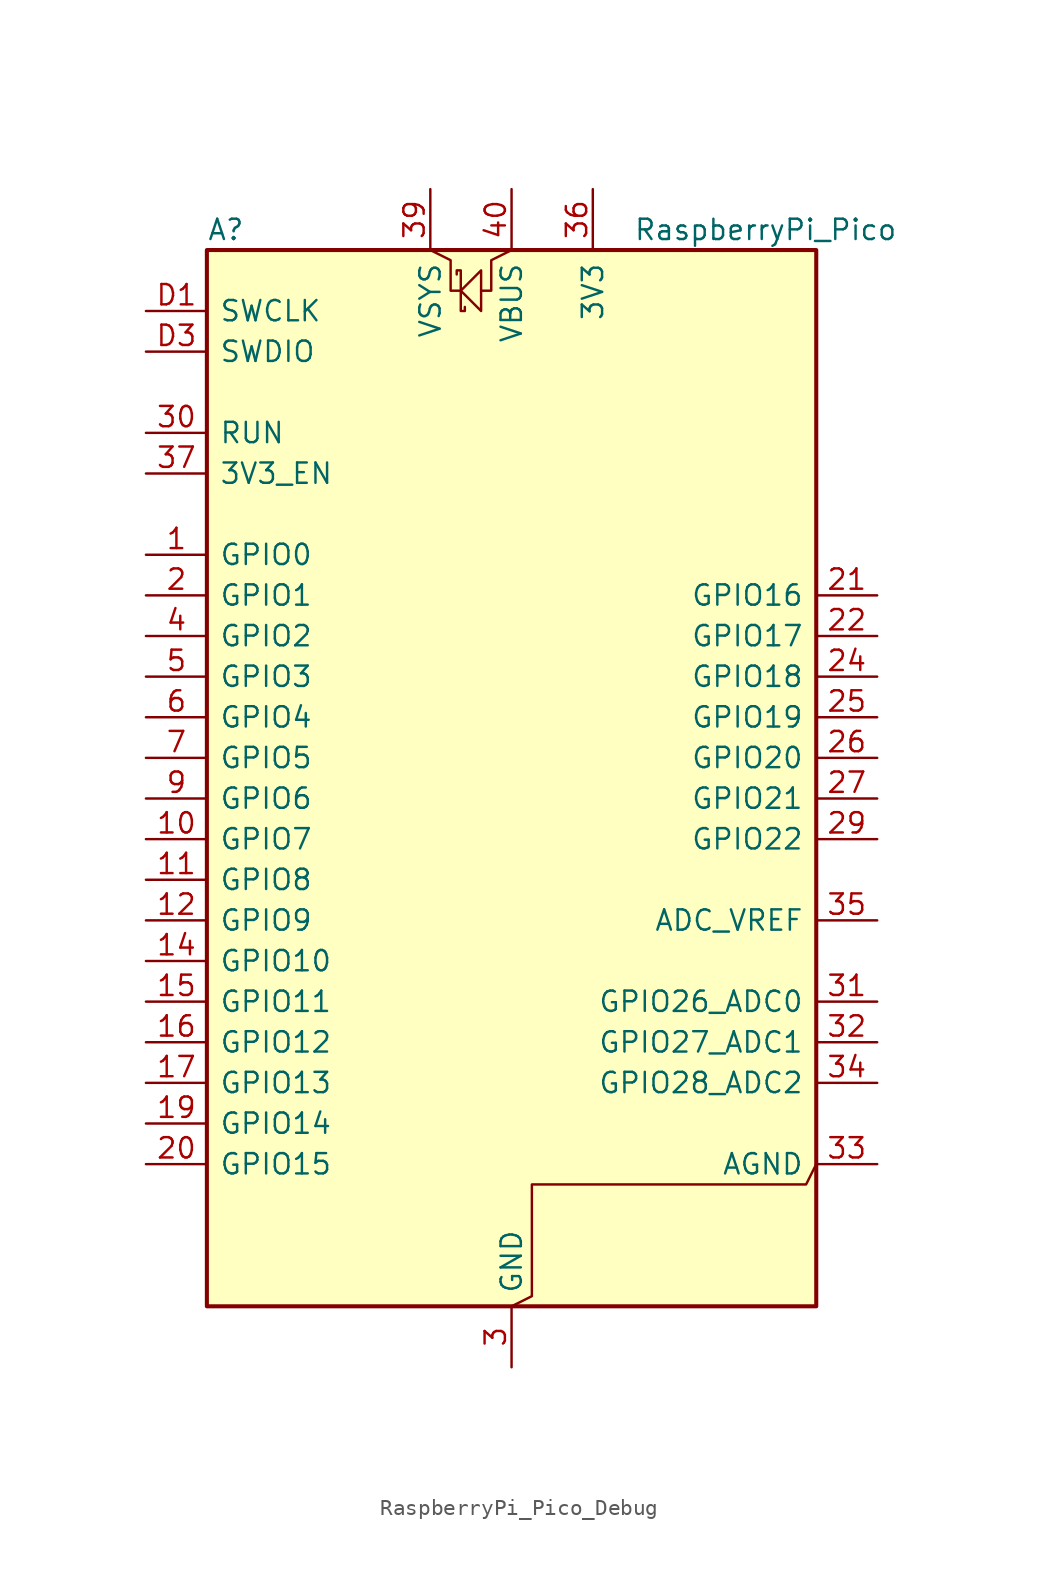
<source format=kicad_sym>
(kicad_symbol_lib
  (version 20241209)
  (generator "kicad_symbol_editor")
  (generator_version "9.0")
  (symbol "RaspberryPi_Pico_Debug"
    (pin_names
      (offset 0.762))
    (property "Reference" "A"
      (at -19.05 35.56 0)
      (effects (font (size 1.27 1.27)) (justify left)))
    (property "Value" "RaspberryPi_Pico"
      (at 7.62 35.56 0)
      (effects (font (size 1.27 1.27)) (justify left)))
    (symbol "RaspberryPi_Pico_Debug_0_1"
      (rectangle (start -19.05 34.29) (end 19.05 -31.75) (stroke (width 0.254) (type default)) (fill (type background)))
      (polyline (pts (xy -5.08 34.29) (xy -3.81 33.655) (xy -3.81 31.75) (xy -3.175 31.75)) (stroke (width 0) (type default)) (fill (type none)))
      (polyline (pts (xy -3.429 32.766) (xy -3.429 33.02) (xy -3.175 33.02) (xy -3.175 30.48) (xy -2.921 30.48) (xy -2.921 30.734)) (stroke (width 0) (type default)) (fill (type none)))
      (polyline (pts (xy -3.175 31.75) (xy -1.905 33.02) (xy -1.905 30.48) (xy -3.175 31.75)) (stroke (width 0) (type default)) (fill (type none)))
      (polyline (pts (xy 0 34.29) (xy -1.27 33.655) (xy -1.27 31.75) (xy -1.905 31.75)) (stroke (width 0) (type default)) (fill (type none)))
      (polyline (pts (xy 0 -31.75) (xy 1.27 -31.115) (xy 1.27 -24.13) (xy 18.415 -24.13) (xy 19.05 -22.86)) (stroke (width 0) (type default)) (fill (type none))))
    (symbol "RaspberryPi_Pico_Debug_1_1"
      (pin input line (at -22.86 30.48 0) (length 3.81) (name "SWCLK" (effects (font (size 1.27 1.27)))) (number "D1" (effects (font (size 1.27 1.27)))))
      (pin bidirectional line (at -22.86 27.94 0) (length 3.81) (name "SWDIO" (effects (font (size 1.27 1.27)))) (number "D3" (effects (font (size 1.27 1.27)))))
      (pin passive line (at -22.86 22.86 0) (length 3.81) (name "RUN" (effects (font (size 1.27 1.27)))) (number "30" (effects (font (size 1.27 1.27)))) (alternate "~{RESET}" passive line))
      (pin passive line (at -22.86 20.32 0) (length 3.81) (name "3V3_EN" (effects (font (size 1.27 1.27)))) (number "37" (effects (font (size 1.27 1.27)))) (alternate "~{3V3_DISABLE}" passive line))
      (pin bidirectional line (at -22.86 15.24 0) (length 3.81) (name "GPIO0" (effects (font (size 1.27 1.27)))) (number "1" (effects (font (size 1.27 1.27)))) (alternate "I2C0_SDA" bidirectional line) (alternate "PWM0_A" output line) (alternate "SPI0_RX" input line) (alternate "UART0_TX" output line) (alternate "USB_OVCUR_DET" input line))
      (pin bidirectional line (at -22.86 12.7 0) (length 3.81) (name "GPIO1" (effects (font (size 1.27 1.27)))) (number "2" (effects (font (size 1.27 1.27)))) (alternate "I2C0_SCL" bidirectional clock) (alternate "PWM0_B" bidirectional line) (alternate "UART0_RX" input line) (alternate "USB_VBUS_DET" passive line) (alternate "~{SPI0_CSn}" bidirectional line))
      (pin bidirectional line (at -22.86 10.16 0) (length 3.81) (name "GPIO2" (effects (font (size 1.27 1.27)))) (number "4" (effects (font (size 1.27 1.27)))) (alternate "I2C1_SDA" bidirectional line) (alternate "PWM1_A" output line) (alternate "SPI0_SCK" bidirectional clock) (alternate "UART0_CTS" input line) (alternate "USB_VBUS_EN" output line))
      (pin bidirectional line (at -22.86 7.62 0) (length 3.81) (name "GPIO3" (effects (font (size 1.27 1.27)))) (number "5" (effects (font (size 1.27 1.27)))) (alternate "I2C1_SCL" bidirectional clock) (alternate "PWM1_B" bidirectional line) (alternate "SPI0_TX" output line) (alternate "UART0_RTS" output line) (alternate "USB_OVCUR_DET" input line))
      (pin bidirectional line (at -22.86 5.08 0) (length 3.81) (name "GPIO4" (effects (font (size 1.27 1.27)))) (number "6" (effects (font (size 1.27 1.27)))) (alternate "I2C0_SDA" bidirectional line) (alternate "PWM2_A" output line) (alternate "SPI0_RX" input line) (alternate "UART1_TX" output line) (alternate "USB_VBUS_DET" input line))
      (pin bidirectional line (at -22.86 2.54 0) (length 3.81) (name "GPIO5" (effects (font (size 1.27 1.27)))) (number "7" (effects (font (size 1.27 1.27)))) (alternate "I2C0_SCL" bidirectional clock) (alternate "PWM2_B" bidirectional line) (alternate "UART1_RX" input line) (alternate "USB_VBUS_EN" output line) (alternate "~{SPI0_CSn}" bidirectional line))
      (pin bidirectional line (at -22.86 0 0) (length 3.81) (name "GPIO6" (effects (font (size 1.27 1.27)))) (number "9" (effects (font (size 1.27 1.27)))) (alternate "I2C1_SDA" bidirectional line) (alternate "PWM3_A" output line) (alternate "SPI0_SCK" bidirectional clock) (alternate "UART1_CTS" input line) (alternate "USB_OVCUR_DET" input line))
      (pin bidirectional line (at -22.86 -2.54 0) (length 3.81) (name "GPIO7" (effects (font (size 1.27 1.27)))) (number "10" (effects (font (size 1.27 1.27)))) (alternate "I2C1_SCL" bidirectional clock) (alternate "PWM3_B" bidirectional line) (alternate "SPI0_TX" output line) (alternate "UART1_RTS" output line) (alternate "USB_VBUS_DET" input line))
      (pin bidirectional line (at -22.86 -5.08 0) (length 3.81) (name "GPIO8" (effects (font (size 1.27 1.27)))) (number "11" (effects (font (size 1.27 1.27)))) (alternate "I2C0_SDA" bidirectional line) (alternate "PWM4_A" output line) (alternate "SPI1_RX" input line) (alternate "UART1_TX" output line) (alternate "USB_VBUS_EN" output line))
      (pin bidirectional line (at -22.86 -7.62 0) (length 3.81) (name "GPIO9" (effects (font (size 1.27 1.27)))) (number "12" (effects (font (size 1.27 1.27)))) (alternate "I2C0_SCL" bidirectional clock) (alternate "PWM4_B" bidirectional line) (alternate "UART1_RX" input line) (alternate "USB_OVCUR_DET" input line) (alternate "~{SPI1_CSn}" bidirectional line))
      (pin bidirectional line (at -22.86 -10.16 0) (length 3.81) (name "GPIO10" (effects (font (size 1.27 1.27)))) (number "14" (effects (font (size 1.27 1.27)))) (alternate "I2C1_SDA" bidirectional line) (alternate "PWM5_A" output line) (alternate "SPI1_SCK" bidirectional clock) (alternate "UART1_CTS" input line) (alternate "USB_VBUS_DET" input line))
      (pin bidirectional line (at -22.86 -12.7 0) (length 3.81) (name "GPIO11" (effects (font (size 1.27 1.27)))) (number "15" (effects (font (size 1.27 1.27)))) (alternate "I2C1_SCL" bidirectional clock) (alternate "PWM5_B" bidirectional line) (alternate "SPI1_TX" output line) (alternate "UART1_RTS" output line) (alternate "USB_VBUS_EN" output line))
      (pin bidirectional line (at -22.86 -15.24 0) (length 3.81) (name "GPIO12" (effects (font (size 1.27 1.27)))) (number "16" (effects (font (size 1.27 1.27)))) (alternate "I2C0_SDA" bidirectional line) (alternate "PWM6_A" output line) (alternate "SPI1_RX" input line) (alternate "UART0_TX" output line) (alternate "USB_OVCUR_DET" input line))
      (pin bidirectional line (at -22.86 -17.78 0) (length 3.81) (name "GPIO13" (effects (font (size 1.27 1.27)))) (number "17" (effects (font (size 1.27 1.27)))) (alternate "I2C0_SCL" bidirectional clock) (alternate "PWM6_B" bidirectional line) (alternate "UART0_RX" input line) (alternate "USB_VBUS_DET" input line) (alternate "~{SPI1_CSn}" bidirectional line))
      (pin bidirectional line (at -22.86 -20.32 0) (length 3.81) (name "GPIO14" (effects (font (size 1.27 1.27)))) (number "19" (effects (font (size 1.27 1.27)))) (alternate "I2C1_SDA" bidirectional line) (alternate "PWM7_A" output line) (alternate "SPI1_SCK" bidirectional clock) (alternate "UART0_CTS" input line) (alternate "USB_VBUS_EN" output line))
      (pin bidirectional line (at -22.86 -22.86 0) (length 3.81) (name "GPIO15" (effects (font (size 1.27 1.27)))) (number "20" (effects (font (size 1.27 1.27)))) (alternate "I2C1_SCL" bidirectional clock) (alternate "PWM7_B" bidirectional line) (alternate "SPI1_TX" output line) (alternate "UART0_RTS" output line) (alternate "USB_OVCUR_DET" input line))
      (pin power_in line (at -5.08 38.1 270) (length 3.81) (name "VSYS" (effects (font (size 1.27 1.27)))) (number "39" (effects (font (size 1.27 1.27)))) (alternate "VSYS_OUT" power_out line))
      (pin power_out line (at 0 38.1 270) (length 3.81) (name "VBUS" (effects (font (size 1.27 1.27)))) (number "40" (effects (font (size 1.27 1.27)))) (alternate "VBUS_IN" power_in line))
      (pin passive line (at 0 -35.56 90) (length 3.81) (hide yes) (name "GND" (effects (font (size 1.27 1.27)))) (number "13" (effects (font (size 1.27 1.27)))))
      (pin passive line (at 0 -35.56 90) (length 3.81) (hide yes) (name "GND" (effects (font (size 1.27 1.27)))) (number "18" (effects (font (size 1.27 1.27)))))
      (pin passive line (at 0 -35.56 90) (length 3.81) (hide yes) (name "GND" (effects (font (size 1.27 1.27)))) (number "23" (effects (font (size 1.27 1.27)))))
      (pin passive line (at 0 -35.56 90) (length 3.81) (hide yes) (name "GND" (effects (font (size 1.27 1.27)))) (number "28" (effects (font (size 1.27 1.27)))))
      (pin power_out line (at 0 -35.56 90) (length 3.81) (name "GND" (effects (font (size 1.27 1.27)))) (number "3" (effects (font (size 1.27 1.27)))) (alternate "GND_IN" power_in line))
      (pin passive line (at 0 -35.56 90) (length 3.81) (hide yes) (name "GND" (effects (font (size 1.27 1.27)))) (number "38" (effects (font (size 1.27 1.27)))))
      (pin passive line (at 0 -35.56 90) (length 3.81) (hide yes) (name "GND" (effects (font (size 1.27 1.27)))) (number "8" (effects (font (size 1.27 1.27)))))
      (pin passive line (at 0 -35.56 90) (length 3.81) (hide yes) (name "GND" (effects (font (size 1.27 1.27)))) (number "D2" (effects (font (size 1.27 1.27)))))
      (pin power_out line (at 5.08 38.1 270) (length 3.81) (name "3V3" (effects (font (size 1.27 1.27)))) (number "36" (effects (font (size 1.27 1.27)))))
      (pin bidirectional line (at 22.86 12.7 180) (length 3.81) (name "GPIO16" (effects (font (size 1.27 1.27)))) (number "21" (effects (font (size 1.27 1.27)))) (alternate "I2C0_SDA" bidirectional line) (alternate "PWM0_A" output line) (alternate "SPI0_RX" input line) (alternate "UART0_TX" output line) (alternate "USB_VBUS_DET" input line))
      (pin bidirectional line (at 22.86 10.16 180) (length 3.81) (name "GPIO17" (effects (font (size 1.27 1.27)))) (number "22" (effects (font (size 1.27 1.27)))) (alternate "I2C0_SCL" bidirectional clock) (alternate "PWM0_B" bidirectional line) (alternate "UART0_RX" input line) (alternate "USB_VBUS_EN" output line) (alternate "~{SPI0_CSn}" bidirectional line))
      (pin bidirectional line (at 22.86 7.62 180) (length 3.81) (name "GPIO18" (effects (font (size 1.27 1.27)))) (number "24" (effects (font (size 1.27 1.27)))) (alternate "I2C1_SDA" bidirectional line) (alternate "PWM1_A" output line) (alternate "SPI0_SCK" bidirectional clock) (alternate "UART0_CTS" input line) (alternate "USB_OVCUR_DET" input line))
      (pin bidirectional line (at 22.86 5.08 180) (length 3.81) (name "GPIO19" (effects (font (size 1.27 1.27)))) (number "25" (effects (font (size 1.27 1.27)))) (alternate "I2C1_SCL" bidirectional clock) (alternate "PWM1_B" bidirectional line) (alternate "SPI0_TX" output line) (alternate "UART0_RTS" output line) (alternate "USB_VBUS_DET" input line))
      (pin bidirectional line (at 22.86 2.54 180) (length 3.81) (name "GPIO20" (effects (font (size 1.27 1.27)))) (number "26" (effects (font (size 1.27 1.27)))) (alternate "CLOCK_GPIN0" input clock) (alternate "I2C0_SDA" bidirectional line) (alternate "PWM2_A" output line) (alternate "SPI0_RX" input line) (alternate "UART1_TX" output line) (alternate "USB_VBUS_EN" output line))
      (pin bidirectional line (at 22.86 0 180) (length 3.81) (name "GPIO21" (effects (font (size 1.27 1.27)))) (number "27" (effects (font (size 1.27 1.27)))) (alternate "CLOCK_GPOUT0" output clock) (alternate "I2C0_SCL" bidirectional clock) (alternate "PWM2_B" bidirectional line) (alternate "UART1_RX" input line) (alternate "USB_OVCUR_DET" input line) (alternate "~{SPI0_CSn}" bidirectional line))
      (pin bidirectional line (at 22.86 -2.54 180) (length 3.81) (name "GPIO22" (effects (font (size 1.27 1.27)))) (number "29" (effects (font (size 1.27 1.27)))) (alternate "CLOCK_GPIN1" input clock) (alternate "I2C1_SDA" bidirectional line) (alternate "PWM3_A" output line) (alternate "SPI0_SCK" bidirectional clock) (alternate "UART1_CTS" input line) (alternate "USB_VBUS_DET" input line))
      (pin power_in line (at 22.86 -7.62 180) (length 3.81) (name "ADC_VREF" (effects (font (size 1.27 1.27)))) (number "35" (effects (font (size 1.27 1.27)))))
      (pin bidirectional line (at 22.86 -12.7 180) (length 3.81) (name "GPIO26_ADC0" (effects (font (size 1.27 1.27)))) (number "31" (effects (font (size 1.27 1.27)))) (alternate "ADC0" input line) (alternate "GPIO26" bidirectional line) (alternate "I2C1_SDA" bidirectional line) (alternate "PWM5_A" output line) (alternate "SPI1_SCK" bidirectional clock) (alternate "UART1_CTS" input line) (alternate "USB_VBUS_EN" output line))
      (pin bidirectional line (at 22.86 -15.24 180) (length 3.81) (name "GPIO27_ADC1" (effects (font (size 1.27 1.27)))) (number "32" (effects (font (size 1.27 1.27)))) (alternate "ADC1" input line) (alternate "GPIO27" bidirectional line) (alternate "I2C1_SCL" bidirectional clock) (alternate "PWM5_B" bidirectional line) (alternate "SPI1_TX" output line) (alternate "UART1_RTS" output line) (alternate "USB_OVCUR_DET" input line))
      (pin bidirectional line (at 22.86 -17.78 180) (length 3.81) (name "GPIO28_ADC2" (effects (font (size 1.27 1.27)))) (number "34" (effects (font (size 1.27 1.27)))) (alternate "ADC2" input line) (alternate "GPIO28" bidirectional line) (alternate "I2C0_SDA" bidirectional line) (alternate "PWM6_A" output line) (alternate "SPI1_RX" input line) (alternate "UART0_TX" output line) (alternate "USB_VBUS_DET" input line))
      (pin power_out line (at 22.86 -22.86 180) (length 3.81) (name "AGND" (effects (font (size 1.27 1.27)))) (number "33" (effects (font (size 1.27 1.27)))) (alternate "GND" passive line)))))
</source>
